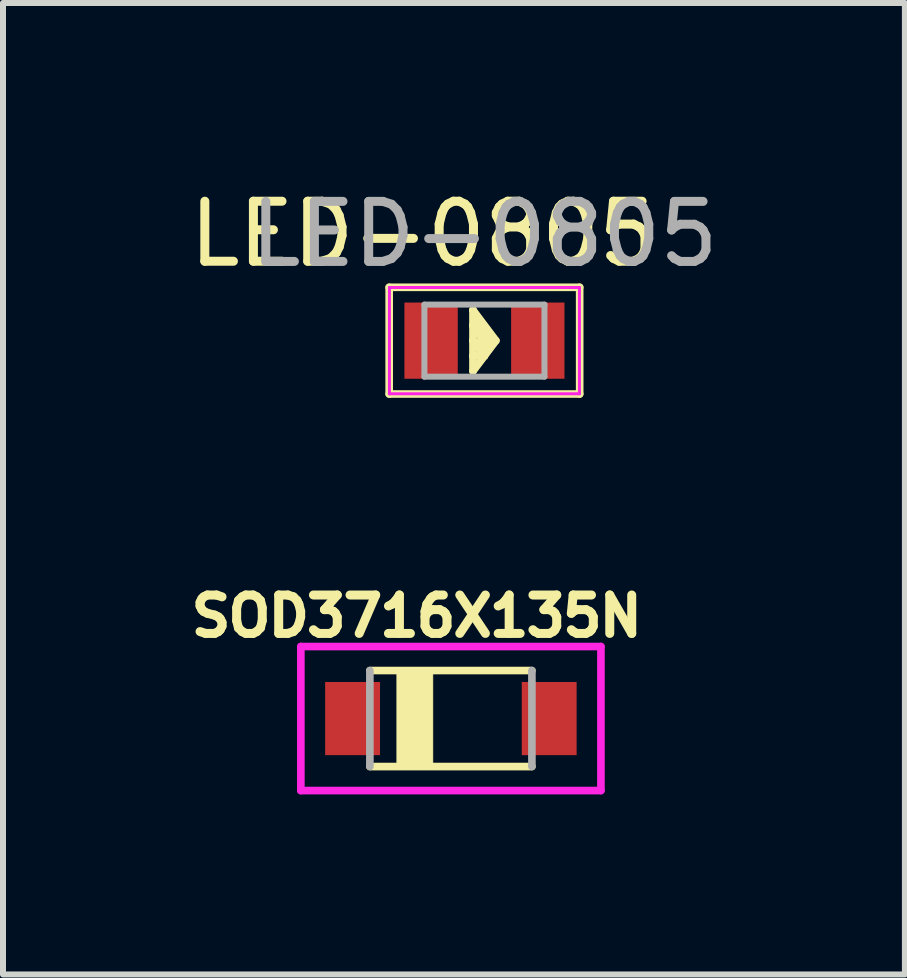
<source format=kicad_pcb>
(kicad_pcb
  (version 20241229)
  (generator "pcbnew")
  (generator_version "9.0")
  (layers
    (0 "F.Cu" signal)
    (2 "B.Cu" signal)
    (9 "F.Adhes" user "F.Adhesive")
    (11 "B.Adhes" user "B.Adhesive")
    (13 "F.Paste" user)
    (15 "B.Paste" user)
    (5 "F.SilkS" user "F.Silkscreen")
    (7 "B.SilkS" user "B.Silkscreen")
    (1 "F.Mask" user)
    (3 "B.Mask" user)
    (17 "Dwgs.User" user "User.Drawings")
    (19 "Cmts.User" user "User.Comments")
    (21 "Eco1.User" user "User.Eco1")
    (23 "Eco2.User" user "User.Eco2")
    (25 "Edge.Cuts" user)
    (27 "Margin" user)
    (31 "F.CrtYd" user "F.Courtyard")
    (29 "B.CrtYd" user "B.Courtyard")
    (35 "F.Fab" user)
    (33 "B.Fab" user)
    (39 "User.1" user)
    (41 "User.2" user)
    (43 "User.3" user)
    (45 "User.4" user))
  (footprint "SOD3716X135N"
    (layer "F.Cu")
    (at 4.463 8.923)
    (property "Reference" "SOD3716X135N" (at -0.568 -1.707 0) (layer "F.SilkS") (effects (font (size 0.64 0.64) (thickness 0.15))))
    (attr through_hole)
    (fp_line (start -1.35 -0.8) (end 1.35 -0.8) (stroke (width 0.127) (type solid)) (layer "F.SilkS"))
    (fp_line (start 1.35 0.8) (end -1.35 0.8) (stroke (width 0.127) (type solid)) (layer "F.SilkS"))
    (fp_poly (pts (xy -0.901 -0.8) (xy -0.3 -0.8) (xy -0.3 0.801) (xy -0.901 0.801)) (stroke (width 0.01) (type solid)) (fill yes) (layer "F.SilkS"))
    (fp_line (start -2.5 -1.2) (end -2.5 1.2) (stroke (width 0.127) (type solid)) (layer "F.CrtYd"))
    (fp_line (start -2.5 1.2) (end 2.5 1.2) (stroke (width 0.127) (type solid)) (layer "F.CrtYd"))
    (fp_line (start 2.5 -1.2) (end -2.5 -1.2) (stroke (width 0.127) (type solid)) (layer "F.CrtYd"))
    (fp_line (start 2.5 1.2) (end 2.5 -1.2) (stroke (width 0.127) (type solid)) (layer "F.CrtYd"))
    (fp_line (start -1.35 0.8) (end -1.35 -0.8) (stroke (width 0.127) (type solid)) (layer "F.Fab"))
    (fp_line (start 1.35 -0.8) (end 1.35 0.8) (stroke (width 0.127) (type solid)) (layer "F.Fab"))
    (pad "A" smd rect (at 1.638 0) (size 0.914 1.219) (layers "F.Cu" "F.Mask" "F.Paste"))
    (pad "C" smd rect (at -1.638 0) (size 0.914 1.219) (layers "F.Cu" "F.Mask" "F.Paste")))
  (footprint "LED-0805"
    (layer "F.Cu")
    (at 5.022 2.626)
    (property "Reference" "LED-0805" (at -1.016 -1.778 0) (layer "F.SilkS") (effects (font (size 1 1) (thickness 0.15))))
    (attr smd)
    (fp_line (start -1.587 -0.889) (end 1.587 -0.889) (stroke (width 0.066) (type solid)) (layer "F.SilkS"))
    (fp_line (start -1.587 -0.889) (end 1.587 -0.889) (stroke (width 0.127) (type solid)) (layer "F.SilkS"))
    (fp_line (start -1.587 0.889) (end -1.587 -0.889) (stroke (width 0.066) (type solid)) (layer "F.SilkS"))
    (fp_line (start -1.587 0.889) (end -1.587 -0.889) (stroke (width 0.127) (type solid)) (layer "F.SilkS"))
    (fp_line (start -1.587 0.889) (end 1.587 0.889) (stroke (width 0.066) (type solid)) (layer "F.SilkS"))
    (fp_line (start -0.191 -0.508) (end -0.191 -0.254) (stroke (width 0.127) (type solid)) (layer "F.SilkS"))
    (fp_line (start -0.191 -0.508) (end 0.127 0.064) (stroke (width 0.127) (type solid)) (layer "F.SilkS"))
    (fp_line (start -0.191 -0.254) (end -0.191 0) (stroke (width 0.127) (type solid)) (layer "F.SilkS"))
    (fp_line (start -0.191 -0.254) (end 0.064 0.127) (stroke (width 0.127) (type solid)) (layer "F.SilkS"))
    (fp_line (start -0.191 0) (end -0.191 0.254) (stroke (width 0.127) (type solid)) (layer "F.SilkS"))
    (fp_line (start -0.191 0) (end 0 0.254) (stroke (width 0.127) (type solid)) (layer "F.SilkS"))
    (fp_line (start -0.191 0.254) (end -0.191 0.508) (stroke (width 0.127) (type solid)) (layer "F.SilkS"))
    (fp_line (start -0.191 0.508) (end 0 0.254) (stroke (width 0.127) (type solid)) (layer "F.SilkS"))
    (fp_line (start 0 0.254) (end -0.191 0.254) (stroke (width 0.127) (type solid)) (layer "F.SilkS"))
    (fp_line (start 0 0.254) (end 0.191 0) (stroke (width 0.127) (type solid)) (layer "F.SilkS"))
    (fp_line (start 0.064 0.127) (end -0.191 0) (stroke (width 0.127) (type solid)) (layer "F.SilkS"))
    (fp_line (start 0.127 0.064) (end -0.191 -0.254) (stroke (width 0.127) (type solid)) (layer "F.SilkS"))
    (fp_line (start 0.191 0) (end -0.191 -0.508) (stroke (width 0.127) (type solid)) (layer "F.SilkS"))
    (fp_line (start 1.587 -0.889) (end 1.587 0.889) (stroke (width 0.127) (type solid)) (layer "F.SilkS"))
    (fp_line (start 1.587 0.889) (end -1.587 0.889) (stroke (width 0.127) (type solid)) (layer "F.SilkS"))
    (fp_line (start 1.587 0.889) (end 1.587 -0.889) (stroke (width 0.066) (type solid)) (layer "F.SilkS"))
    (fp_line (start -1.583 -0.885) (end 1.583 -0.885) (stroke (width 0.05) (type solid)) (layer "F.CrtYd"))
    (fp_line (start -1.583 0.885) (end -1.583 -0.885) (stroke (width 0.05) (type solid)) (layer "F.CrtYd"))
    (fp_line (start 1.583 -0.885) (end 1.583 0.885) (stroke (width 0.05) (type solid)) (layer "F.CrtYd"))
    (fp_line (start 1.583 0.885) (end -1.583 0.885) (stroke (width 0.05) (type solid)) (layer "F.CrtYd"))
    (fp_line (start -1 -0.6) (end 1 -0.6) (stroke (width 0.1) (type solid)) (layer "F.Fab"))
    (fp_line (start -1 0.6) (end -1 -0.6) (stroke (width 0.1) (type solid)) (layer "F.Fab"))
    (fp_line (start 1 -0.6) (end 1 0.6) (stroke (width 0.1) (type solid)) (layer "F.Fab"))
    (fp_line (start 1 0.6) (end -1 0.6) (stroke (width 0.1) (type solid)) (layer "F.Fab"))
    (fp_text user "${REFERENCE}" (at 0 -1.775 0) (layer "F.Fab") (effects (font (size 1 1) (thickness 0.15))))
    (pad "1" smd rect (at -0.889 0) (size 0.889 1.27) (layers "F.Cu" "F.Mask" "F.Paste"))
    (pad "2" smd rect (at 0.889 0) (size 0.889 1.27) (layers "F.Cu" "F.Mask" "F.Paste")))
  (gr_rect
    (start -3 -3)
    (end 12.028 13.187)
    (stroke (width 0.1) (type default))
    (fill no)
    (layer "Edge.Cuts")))
</source>
